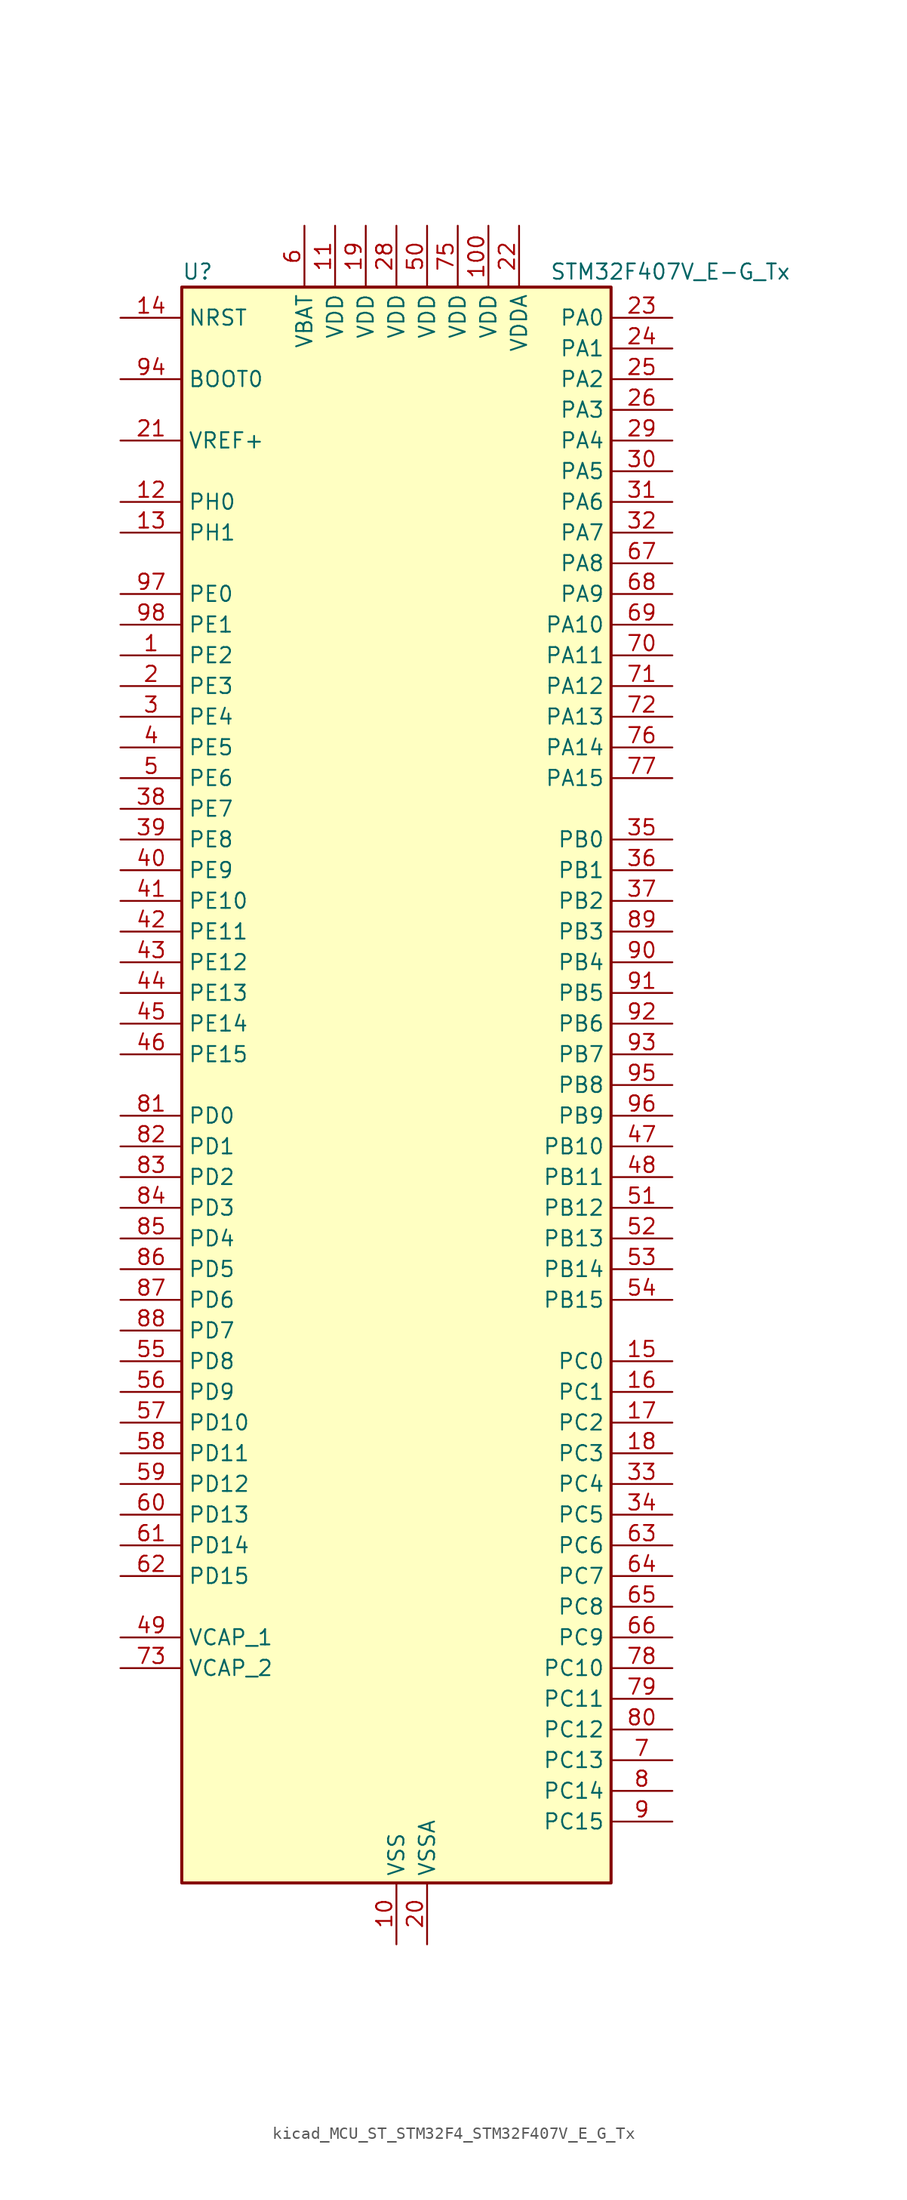
<source format=kicad_sym>
(kicad_symbol_lib
  (version 20220914)
  (generator kicad_symbol_editor)
  (symbol "kicad_MCU_ST_STM32F4_STM32F407V_E_G_Tx"
    (property "Reference" "U"
      (at -17.78 67.31 0)
      (effects (font (size 1.27 1.27)) (justify left)))
    (property "Value" "STM32F407V_E-G_Tx"
      (at 12.7 67.31 0)
      (effects (font (size 1.27 1.27)) (justify left)))
    (property "ki_locked" ""
      (at 0 0 0)
      (effects (font (size 1.27 1.27))))
    (symbol "kicad_MCU_ST_STM32F4_STM32F407V_E_G_Tx_0_1"
      (rectangle (start -17.78 -66.04) (end 17.78 66.04) (stroke (width 0.254) (type default)) (fill (type background))))
    (symbol "kicad_MCU_ST_STM32F4_STM32F407V_E_G_Tx_1_1"
      (pin bidirectional line (at -22.86 35.56 0) (length 5.08) (name "PE2" (effects (font (size 1.27 1.27)))) (number "1" (effects (font (size 1.27 1.27)))) (alternate "ETH_TXD3" bidirectional line) (alternate "FSMC_A23" bidirectional line) (alternate "SYS_TRACECLK" bidirectional line))
      (pin power_in line (at 0 -71.12 90) (length 5.08) (name "VSS" (effects (font (size 1.27 1.27)))) (number "10" (effects (font (size 1.27 1.27)))))
      (pin power_in line (at 7.62 71.12 270) (length 5.08) (name "VDD" (effects (font (size 1.27 1.27)))) (number "100" (effects (font (size 1.27 1.27)))))
      (pin power_in line (at -5.08 71.12 270) (length 5.08) (name "VDD" (effects (font (size 1.27 1.27)))) (number "11" (effects (font (size 1.27 1.27)))))
      (pin bidirectional line (at -22.86 48.26 0) (length 5.08) (name "PH0" (effects (font (size 1.27 1.27)))) (number "12" (effects (font (size 1.27 1.27)))) (alternate "RCC_OSC_IN" bidirectional line))
      (pin bidirectional line (at -22.86 45.72 0) (length 5.08) (name "PH1" (effects (font (size 1.27 1.27)))) (number "13" (effects (font (size 1.27 1.27)))) (alternate "RCC_OSC_OUT" bidirectional line))
      (pin input line (at -22.86 63.5 0) (length 5.08) (name "NRST" (effects (font (size 1.27 1.27)))) (number "14" (effects (font (size 1.27 1.27)))))
      (pin bidirectional line (at 22.86 -22.86 180) (length 5.08) (name "PC0" (effects (font (size 1.27 1.27)))) (number "15" (effects (font (size 1.27 1.27)))) (alternate "ADC1_IN10" bidirectional line) (alternate "ADC2_IN10" bidirectional line) (alternate "ADC3_IN10" bidirectional line) (alternate "USB_OTG_HS_ULPI_STP" bidirectional line))
      (pin bidirectional line (at 22.86 -25.4 180) (length 5.08) (name "PC1" (effects (font (size 1.27 1.27)))) (number "16" (effects (font (size 1.27 1.27)))) (alternate "ADC1_IN11" bidirectional line) (alternate "ADC2_IN11" bidirectional line) (alternate "ADC3_IN11" bidirectional line) (alternate "ETH_MDC" bidirectional line))
      (pin bidirectional line (at 22.86 -27.94 180) (length 5.08) (name "PC2" (effects (font (size 1.27 1.27)))) (number "17" (effects (font (size 1.27 1.27)))) (alternate "ADC1_IN12" bidirectional line) (alternate "ADC2_IN12" bidirectional line) (alternate "ADC3_IN12" bidirectional line) (alternate "ETH_TXD2" bidirectional line) (alternate "I2S2_ext_SD" bidirectional line) (alternate "SPI2_MISO" bidirectional line) (alternate "USB_OTG_HS_ULPI_DIR" bidirectional line))
      (pin bidirectional line (at 22.86 -30.48 180) (length 5.08) (name "PC3" (effects (font (size 1.27 1.27)))) (number "18" (effects (font (size 1.27 1.27)))) (alternate "ADC1_IN13" bidirectional line) (alternate "ADC2_IN13" bidirectional line) (alternate "ADC3_IN13" bidirectional line) (alternate "ETH_TX_CLK" bidirectional line) (alternate "I2S2_SD" bidirectional line) (alternate "SPI2_MOSI" bidirectional line) (alternate "USB_OTG_HS_ULPI_NXT" bidirectional line))
      (pin power_in line (at -2.54 71.12 270) (length 5.08) (name "VDD" (effects (font (size 1.27 1.27)))) (number "19" (effects (font (size 1.27 1.27)))))
      (pin bidirectional line (at -22.86 33.02 0) (length 5.08) (name "PE3" (effects (font (size 1.27 1.27)))) (number "2" (effects (font (size 1.27 1.27)))) (alternate "FSMC_A19" bidirectional line) (alternate "SYS_TRACED0" bidirectional line))
      (pin power_in line (at 2.54 -71.12 90) (length 5.08) (name "VSSA" (effects (font (size 1.27 1.27)))) (number "20" (effects (font (size 1.27 1.27)))))
      (pin input line (at -22.86 53.34 0) (length 5.08) (name "VREF+" (effects (font (size 1.27 1.27)))) (number "21" (effects (font (size 1.27 1.27)))))
      (pin power_in line (at 10.16 71.12 270) (length 5.08) (name "VDDA" (effects (font (size 1.27 1.27)))) (number "22" (effects (font (size 1.27 1.27)))))
      (pin bidirectional line (at 22.86 63.5 180) (length 5.08) (name "PA0" (effects (font (size 1.27 1.27)))) (number "23" (effects (font (size 1.27 1.27)))) (alternate "ADC1_IN0" bidirectional line) (alternate "ADC2_IN0" bidirectional line) (alternate "ADC3_IN0" bidirectional line) (alternate "ETH_CRS" bidirectional line) (alternate "SYS_WKUP" bidirectional line) (alternate "TIM2_CH1" bidirectional line) (alternate "TIM2_ETR" bidirectional line) (alternate "TIM5_CH1" bidirectional line) (alternate "TIM8_ETR" bidirectional line) (alternate "UART4_TX" bidirectional line) (alternate "USART2_CTS" bidirectional line))
      (pin bidirectional line (at 22.86 60.96 180) (length 5.08) (name "PA1" (effects (font (size 1.27 1.27)))) (number "24" (effects (font (size 1.27 1.27)))) (alternate "ADC1_IN1" bidirectional line) (alternate "ADC2_IN1" bidirectional line) (alternate "ADC3_IN1" bidirectional line) (alternate "ETH_REF_CLK" bidirectional line) (alternate "ETH_RX_CLK" bidirectional line) (alternate "TIM2_CH2" bidirectional line) (alternate "TIM5_CH2" bidirectional line) (alternate "UART4_RX" bidirectional line) (alternate "USART2_RTS" bidirectional line))
      (pin bidirectional line (at 22.86 58.42 180) (length 5.08) (name "PA2" (effects (font (size 1.27 1.27)))) (number "25" (effects (font (size 1.27 1.27)))) (alternate "ADC1_IN2" bidirectional line) (alternate "ADC2_IN2" bidirectional line) (alternate "ADC3_IN2" bidirectional line) (alternate "ETH_MDIO" bidirectional line) (alternate "TIM2_CH3" bidirectional line) (alternate "TIM5_CH3" bidirectional line) (alternate "TIM9_CH1" bidirectional line) (alternate "USART2_TX" bidirectional line))
      (pin bidirectional line (at 22.86 55.88 180) (length 5.08) (name "PA3" (effects (font (size 1.27 1.27)))) (number "26" (effects (font (size 1.27 1.27)))) (alternate "ADC1_IN3" bidirectional line) (alternate "ADC2_IN3" bidirectional line) (alternate "ADC3_IN3" bidirectional line) (alternate "ETH_COL" bidirectional line) (alternate "TIM2_CH4" bidirectional line) (alternate "TIM5_CH4" bidirectional line) (alternate "TIM9_CH2" bidirectional line) (alternate "USART2_RX" bidirectional line) (alternate "USB_OTG_HS_ULPI_D0" bidirectional line))
      (pin passive line (at 0 -71.12 90) (length 5.08) hide (name "VSS" (effects (font (size 1.27 1.27)))) (number "27" (effects (font (size 1.27 1.27)))))
      (pin power_in line (at 0 71.12 270) (length 5.08) (name "VDD" (effects (font (size 1.27 1.27)))) (number "28" (effects (font (size 1.27 1.27)))))
      (pin bidirectional line (at 22.86 53.34 180) (length 5.08) (name "PA4" (effects (font (size 1.27 1.27)))) (number "29" (effects (font (size 1.27 1.27)))) (alternate "ADC1_IN4" bidirectional line) (alternate "ADC2_IN4" bidirectional line) (alternate "DAC_OUT1" bidirectional line) (alternate "DCMI_HSYNC" bidirectional line) (alternate "I2S3_WS" bidirectional line) (alternate "SPI1_NSS" bidirectional line) (alternate "SPI3_NSS" bidirectional line) (alternate "USART2_CK" bidirectional line) (alternate "USB_OTG_HS_SOF" bidirectional line))
      (pin bidirectional line (at -22.86 30.48 0) (length 5.08) (name "PE4" (effects (font (size 1.27 1.27)))) (number "3" (effects (font (size 1.27 1.27)))) (alternate "DCMI_D4" bidirectional line) (alternate "FSMC_A20" bidirectional line) (alternate "SYS_TRACED1" bidirectional line))
      (pin bidirectional line (at 22.86 50.8 180) (length 5.08) (name "PA5" (effects (font (size 1.27 1.27)))) (number "30" (effects (font (size 1.27 1.27)))) (alternate "ADC1_IN5" bidirectional line) (alternate "ADC2_IN5" bidirectional line) (alternate "DAC_OUT2" bidirectional line) (alternate "SPI1_SCK" bidirectional line) (alternate "TIM2_CH1" bidirectional line) (alternate "TIM2_ETR" bidirectional line) (alternate "TIM8_CH1N" bidirectional line) (alternate "USB_OTG_HS_ULPI_CK" bidirectional line))
      (pin bidirectional line (at 22.86 48.26 180) (length 5.08) (name "PA6" (effects (font (size 1.27 1.27)))) (number "31" (effects (font (size 1.27 1.27)))) (alternate "ADC1_IN6" bidirectional line) (alternate "ADC2_IN6" bidirectional line) (alternate "DCMI_PIXCLK" bidirectional line) (alternate "SPI1_MISO" bidirectional line) (alternate "TIM13_CH1" bidirectional line) (alternate "TIM1_BKIN" bidirectional line) (alternate "TIM3_CH1" bidirectional line) (alternate "TIM8_BKIN" bidirectional line))
      (pin bidirectional line (at 22.86 45.72 180) (length 5.08) (name "PA7" (effects (font (size 1.27 1.27)))) (number "32" (effects (font (size 1.27 1.27)))) (alternate "ADC1_IN7" bidirectional line) (alternate "ADC2_IN7" bidirectional line) (alternate "ETH_CRS_DV" bidirectional line) (alternate "ETH_RX_DV" bidirectional line) (alternate "SPI1_MOSI" bidirectional line) (alternate "TIM14_CH1" bidirectional line) (alternate "TIM1_CH1N" bidirectional line) (alternate "TIM3_CH2" bidirectional line) (alternate "TIM8_CH1N" bidirectional line))
      (pin bidirectional line (at 22.86 -33.02 180) (length 5.08) (name "PC4" (effects (font (size 1.27 1.27)))) (number "33" (effects (font (size 1.27 1.27)))) (alternate "ADC1_IN14" bidirectional line) (alternate "ADC2_IN14" bidirectional line) (alternate "ETH_RXD0" bidirectional line))
      (pin bidirectional line (at 22.86 -35.56 180) (length 5.08) (name "PC5" (effects (font (size 1.27 1.27)))) (number "34" (effects (font (size 1.27 1.27)))) (alternate "ADC1_IN15" bidirectional line) (alternate "ADC2_IN15" bidirectional line) (alternate "ETH_RXD1" bidirectional line))
      (pin bidirectional line (at 22.86 20.32 180) (length 5.08) (name "PB0" (effects (font (size 1.27 1.27)))) (number "35" (effects (font (size 1.27 1.27)))) (alternate "ADC1_IN8" bidirectional line) (alternate "ADC2_IN8" bidirectional line) (alternate "ETH_RXD2" bidirectional line) (alternate "TIM1_CH2N" bidirectional line) (alternate "TIM3_CH3" bidirectional line) (alternate "TIM8_CH2N" bidirectional line) (alternate "USB_OTG_HS_ULPI_D1" bidirectional line))
      (pin bidirectional line (at 22.86 17.78 180) (length 5.08) (name "PB1" (effects (font (size 1.27 1.27)))) (number "36" (effects (font (size 1.27 1.27)))) (alternate "ADC1_IN9" bidirectional line) (alternate "ADC2_IN9" bidirectional line) (alternate "ETH_RXD3" bidirectional line) (alternate "TIM1_CH3N" bidirectional line) (alternate "TIM3_CH4" bidirectional line) (alternate "TIM8_CH3N" bidirectional line) (alternate "USB_OTG_HS_ULPI_D2" bidirectional line))
      (pin bidirectional line (at 22.86 15.24 180) (length 5.08) (name "PB2" (effects (font (size 1.27 1.27)))) (number "37" (effects (font (size 1.27 1.27)))))
      (pin bidirectional line (at -22.86 22.86 0) (length 5.08) (name "PE7" (effects (font (size 1.27 1.27)))) (number "38" (effects (font (size 1.27 1.27)))) (alternate "FSMC_D4" bidirectional line) (alternate "FSMC_DA4" bidirectional line) (alternate "TIM1_ETR" bidirectional line))
      (pin bidirectional line (at -22.86 20.32 0) (length 5.08) (name "PE8" (effects (font (size 1.27 1.27)))) (number "39" (effects (font (size 1.27 1.27)))) (alternate "FSMC_D5" bidirectional line) (alternate "FSMC_DA5" bidirectional line) (alternate "TIM1_CH1N" bidirectional line))
      (pin bidirectional line (at -22.86 27.94 0) (length 5.08) (name "PE5" (effects (font (size 1.27 1.27)))) (number "4" (effects (font (size 1.27 1.27)))) (alternate "DCMI_D6" bidirectional line) (alternate "FSMC_A21" bidirectional line) (alternate "SYS_TRACED2" bidirectional line) (alternate "TIM9_CH1" bidirectional line))
      (pin bidirectional line (at -22.86 17.78 0) (length 5.08) (name "PE9" (effects (font (size 1.27 1.27)))) (number "40" (effects (font (size 1.27 1.27)))) (alternate "DAC_EXTI9" bidirectional line) (alternate "FSMC_D6" bidirectional line) (alternate "FSMC_DA6" bidirectional line) (alternate "TIM1_CH1" bidirectional line))
      (pin bidirectional line (at -22.86 15.24 0) (length 5.08) (name "PE10" (effects (font (size 1.27 1.27)))) (number "41" (effects (font (size 1.27 1.27)))) (alternate "FSMC_D7" bidirectional line) (alternate "FSMC_DA7" bidirectional line) (alternate "TIM1_CH2N" bidirectional line))
      (pin bidirectional line (at -22.86 12.7 0) (length 5.08) (name "PE11" (effects (font (size 1.27 1.27)))) (number "42" (effects (font (size 1.27 1.27)))) (alternate "ADC1_EXTI11" bidirectional line) (alternate "ADC2_EXTI11" bidirectional line) (alternate "ADC3_EXTI11" bidirectional line) (alternate "FSMC_D8" bidirectional line) (alternate "FSMC_DA8" bidirectional line) (alternate "TIM1_CH2" bidirectional line))
      (pin bidirectional line (at -22.86 10.16 0) (length 5.08) (name "PE12" (effects (font (size 1.27 1.27)))) (number "43" (effects (font (size 1.27 1.27)))) (alternate "FSMC_D9" bidirectional line) (alternate "FSMC_DA9" bidirectional line) (alternate "TIM1_CH3N" bidirectional line))
      (pin bidirectional line (at -22.86 7.62 0) (length 5.08) (name "PE13" (effects (font (size 1.27 1.27)))) (number "44" (effects (font (size 1.27 1.27)))) (alternate "FSMC_D10" bidirectional line) (alternate "FSMC_DA10" bidirectional line) (alternate "TIM1_CH3" bidirectional line))
      (pin bidirectional line (at -22.86 5.08 0) (length 5.08) (name "PE14" (effects (font (size 1.27 1.27)))) (number "45" (effects (font (size 1.27 1.27)))) (alternate "FSMC_D11" bidirectional line) (alternate "FSMC_DA11" bidirectional line) (alternate "TIM1_CH4" bidirectional line))
      (pin bidirectional line (at -22.86 2.54 0) (length 5.08) (name "PE15" (effects (font (size 1.27 1.27)))) (number "46" (effects (font (size 1.27 1.27)))) (alternate "ADC1_EXTI15" bidirectional line) (alternate "ADC2_EXTI15" bidirectional line) (alternate "ADC3_EXTI15" bidirectional line) (alternate "FSMC_D12" bidirectional line) (alternate "FSMC_DA12" bidirectional line) (alternate "TIM1_BKIN" bidirectional line))
      (pin bidirectional line (at 22.86 -5.08 180) (length 5.08) (name "PB10" (effects (font (size 1.27 1.27)))) (number "47" (effects (font (size 1.27 1.27)))) (alternate "ETH_RX_ER" bidirectional line) (alternate "I2C2_SCL" bidirectional line) (alternate "I2S2_CK" bidirectional line) (alternate "SPI2_SCK" bidirectional line) (alternate "TIM2_CH3" bidirectional line) (alternate "USART3_TX" bidirectional line) (alternate "USB_OTG_HS_ULPI_D3" bidirectional line))
      (pin bidirectional line (at 22.86 -7.62 180) (length 5.08) (name "PB11" (effects (font (size 1.27 1.27)))) (number "48" (effects (font (size 1.27 1.27)))) (alternate "ADC1_EXTI11" bidirectional line) (alternate "ADC2_EXTI11" bidirectional line) (alternate "ADC3_EXTI11" bidirectional line) (alternate "ETH_TX_EN" bidirectional line) (alternate "I2C2_SDA" bidirectional line) (alternate "TIM2_CH4" bidirectional line) (alternate "USART3_RX" bidirectional line) (alternate "USB_OTG_HS_ULPI_D4" bidirectional line))
      (pin power_out line (at -22.86 -45.72 0) (length 5.08) (name "VCAP_1" (effects (font (size 1.27 1.27)))) (number "49" (effects (font (size 1.27 1.27)))))
      (pin bidirectional line (at -22.86 25.4 0) (length 5.08) (name "PE6" (effects (font (size 1.27 1.27)))) (number "5" (effects (font (size 1.27 1.27)))) (alternate "DCMI_D7" bidirectional line) (alternate "FSMC_A22" bidirectional line) (alternate "SYS_TRACED3" bidirectional line) (alternate "TIM9_CH2" bidirectional line))
      (pin power_in line (at 2.54 71.12 270) (length 5.08) (name "VDD" (effects (font (size 1.27 1.27)))) (number "50" (effects (font (size 1.27 1.27)))))
      (pin bidirectional line (at 22.86 -10.16 180) (length 5.08) (name "PB12" (effects (font (size 1.27 1.27)))) (number "51" (effects (font (size 1.27 1.27)))) (alternate "CAN2_RX" bidirectional line) (alternate "ETH_TXD0" bidirectional line) (alternate "I2C2_SMBA" bidirectional line) (alternate "I2S2_WS" bidirectional line) (alternate "SPI2_NSS" bidirectional line) (alternate "TIM1_BKIN" bidirectional line) (alternate "USART3_CK" bidirectional line) (alternate "USB_OTG_HS_ID" bidirectional line) (alternate "USB_OTG_HS_ULPI_D5" bidirectional line))
      (pin bidirectional line (at 22.86 -12.7 180) (length 5.08) (name "PB13" (effects (font (size 1.27 1.27)))) (number "52" (effects (font (size 1.27 1.27)))) (alternate "CAN2_TX" bidirectional line) (alternate "ETH_TXD1" bidirectional line) (alternate "I2S2_CK" bidirectional line) (alternate "SPI2_SCK" bidirectional line) (alternate "TIM1_CH1N" bidirectional line) (alternate "USART3_CTS" bidirectional line) (alternate "USB_OTG_HS_ULPI_D6" bidirectional line) (alternate "USB_OTG_HS_VBUS" bidirectional line))
      (pin bidirectional line (at 22.86 -15.24 180) (length 5.08) (name "PB14" (effects (font (size 1.27 1.27)))) (number "53" (effects (font (size 1.27 1.27)))) (alternate "I2S2_ext_SD" bidirectional line) (alternate "SPI2_MISO" bidirectional line) (alternate "TIM12_CH1" bidirectional line) (alternate "TIM1_CH2N" bidirectional line) (alternate "TIM8_CH2N" bidirectional line) (alternate "USART3_RTS" bidirectional line) (alternate "USB_OTG_HS_DM" bidirectional line))
      (pin bidirectional line (at 22.86 -17.78 180) (length 5.08) (name "PB15" (effects (font (size 1.27 1.27)))) (number "54" (effects (font (size 1.27 1.27)))) (alternate "ADC1_EXTI15" bidirectional line) (alternate "ADC2_EXTI15" bidirectional line) (alternate "ADC3_EXTI15" bidirectional line) (alternate "I2S2_SD" bidirectional line) (alternate "RTC_REFIN" bidirectional line) (alternate "SPI2_MOSI" bidirectional line) (alternate "TIM12_CH2" bidirectional line) (alternate "TIM1_CH3N" bidirectional line) (alternate "TIM8_CH3N" bidirectional line) (alternate "USB_OTG_HS_DP" bidirectional line))
      (pin bidirectional line (at -22.86 -22.86 0) (length 5.08) (name "PD8" (effects (font (size 1.27 1.27)))) (number "55" (effects (font (size 1.27 1.27)))) (alternate "FSMC_D13" bidirectional line) (alternate "FSMC_DA13" bidirectional line) (alternate "USART3_TX" bidirectional line))
      (pin bidirectional line (at -22.86 -25.4 0) (length 5.08) (name "PD9" (effects (font (size 1.27 1.27)))) (number "56" (effects (font (size 1.27 1.27)))) (alternate "DAC_EXTI9" bidirectional line) (alternate "FSMC_D14" bidirectional line) (alternate "FSMC_DA14" bidirectional line) (alternate "USART3_RX" bidirectional line))
      (pin bidirectional line (at -22.86 -27.94 0) (length 5.08) (name "PD10" (effects (font (size 1.27 1.27)))) (number "57" (effects (font (size 1.27 1.27)))) (alternate "FSMC_D15" bidirectional line) (alternate "FSMC_DA15" bidirectional line) (alternate "USART3_CK" bidirectional line))
      (pin bidirectional line (at -22.86 -30.48 0) (length 5.08) (name "PD11" (effects (font (size 1.27 1.27)))) (number "58" (effects (font (size 1.27 1.27)))) (alternate "ADC1_EXTI11" bidirectional line) (alternate "ADC2_EXTI11" bidirectional line) (alternate "ADC3_EXTI11" bidirectional line) (alternate "FSMC_A16" bidirectional line) (alternate "FSMC_CLE" bidirectional line) (alternate "USART3_CTS" bidirectional line))
      (pin bidirectional line (at -22.86 -33.02 0) (length 5.08) (name "PD12" (effects (font (size 1.27 1.27)))) (number "59" (effects (font (size 1.27 1.27)))) (alternate "FSMC_A17" bidirectional line) (alternate "FSMC_ALE" bidirectional line) (alternate "TIM4_CH1" bidirectional line) (alternate "USART3_RTS" bidirectional line))
      (pin power_in line (at -7.62 71.12 270) (length 5.08) (name "VBAT" (effects (font (size 1.27 1.27)))) (number "6" (effects (font (size 1.27 1.27)))))
      (pin bidirectional line (at -22.86 -35.56 0) (length 5.08) (name "PD13" (effects (font (size 1.27 1.27)))) (number "60" (effects (font (size 1.27 1.27)))) (alternate "FSMC_A18" bidirectional line) (alternate "TIM4_CH2" bidirectional line))
      (pin bidirectional line (at -22.86 -38.1 0) (length 5.08) (name "PD14" (effects (font (size 1.27 1.27)))) (number "61" (effects (font (size 1.27 1.27)))) (alternate "FSMC_D0" bidirectional line) (alternate "FSMC_DA0" bidirectional line) (alternate "TIM4_CH3" bidirectional line))
      (pin bidirectional line (at -22.86 -40.64 0) (length 5.08) (name "PD15" (effects (font (size 1.27 1.27)))) (number "62" (effects (font (size 1.27 1.27)))) (alternate "ADC1_EXTI15" bidirectional line) (alternate "ADC2_EXTI15" bidirectional line) (alternate "ADC3_EXTI15" bidirectional line) (alternate "FSMC_D1" bidirectional line) (alternate "FSMC_DA1" bidirectional line) (alternate "TIM4_CH4" bidirectional line))
      (pin bidirectional line (at 22.86 -38.1 180) (length 5.08) (name "PC6" (effects (font (size 1.27 1.27)))) (number "63" (effects (font (size 1.27 1.27)))) (alternate "DCMI_D0" bidirectional line) (alternate "I2S2_MCK" bidirectional line) (alternate "SDIO_D6" bidirectional line) (alternate "TIM3_CH1" bidirectional line) (alternate "TIM8_CH1" bidirectional line) (alternate "USART6_TX" bidirectional line))
      (pin bidirectional line (at 22.86 -40.64 180) (length 5.08) (name "PC7" (effects (font (size 1.27 1.27)))) (number "64" (effects (font (size 1.27 1.27)))) (alternate "DCMI_D1" bidirectional line) (alternate "I2S3_MCK" bidirectional line) (alternate "SDIO_D7" bidirectional line) (alternate "TIM3_CH2" bidirectional line) (alternate "TIM8_CH2" bidirectional line) (alternate "USART6_RX" bidirectional line))
      (pin bidirectional line (at 22.86 -43.18 180) (length 5.08) (name "PC8" (effects (font (size 1.27 1.27)))) (number "65" (effects (font (size 1.27 1.27)))) (alternate "DCMI_D2" bidirectional line) (alternate "SDIO_D0" bidirectional line) (alternate "TIM3_CH3" bidirectional line) (alternate "TIM8_CH3" bidirectional line) (alternate "USART6_CK" bidirectional line))
      (pin bidirectional line (at 22.86 -45.72 180) (length 5.08) (name "PC9" (effects (font (size 1.27 1.27)))) (number "66" (effects (font (size 1.27 1.27)))) (alternate "DAC_EXTI9" bidirectional line) (alternate "DCMI_D3" bidirectional line) (alternate "I2C3_SDA" bidirectional line) (alternate "I2S_CKIN" bidirectional line) (alternate "RCC_MCO_2" bidirectional line) (alternate "SDIO_D1" bidirectional line) (alternate "TIM3_CH4" bidirectional line) (alternate "TIM8_CH4" bidirectional line))
      (pin bidirectional line (at 22.86 43.18 180) (length 5.08) (name "PA8" (effects (font (size 1.27 1.27)))) (number "67" (effects (font (size 1.27 1.27)))) (alternate "I2C3_SCL" bidirectional line) (alternate "RCC_MCO_1" bidirectional line) (alternate "TIM1_CH1" bidirectional line) (alternate "USART1_CK" bidirectional line) (alternate "USB_OTG_FS_SOF" bidirectional line))
      (pin bidirectional line (at 22.86 40.64 180) (length 5.08) (name "PA9" (effects (font (size 1.27 1.27)))) (number "68" (effects (font (size 1.27 1.27)))) (alternate "DAC_EXTI9" bidirectional line) (alternate "DCMI_D0" bidirectional line) (alternate "I2C3_SMBA" bidirectional line) (alternate "TIM1_CH2" bidirectional line) (alternate "USART1_TX" bidirectional line) (alternate "USB_OTG_FS_VBUS" bidirectional line))
      (pin bidirectional line (at 22.86 38.1 180) (length 5.08) (name "PA10" (effects (font (size 1.27 1.27)))) (number "69" (effects (font (size 1.27 1.27)))) (alternate "DCMI_D1" bidirectional line) (alternate "TIM1_CH3" bidirectional line) (alternate "USART1_RX" bidirectional line) (alternate "USB_OTG_FS_ID" bidirectional line))
      (pin bidirectional line (at 22.86 -55.88 180) (length 5.08) (name "PC13" (effects (font (size 1.27 1.27)))) (number "7" (effects (font (size 1.27 1.27)))) (alternate "RTC_AF1" bidirectional line))
      (pin bidirectional line (at 22.86 35.56 180) (length 5.08) (name "PA11" (effects (font (size 1.27 1.27)))) (number "70" (effects (font (size 1.27 1.27)))) (alternate "ADC1_EXTI11" bidirectional line) (alternate "ADC2_EXTI11" bidirectional line) (alternate "ADC3_EXTI11" bidirectional line) (alternate "CAN1_RX" bidirectional line) (alternate "TIM1_CH4" bidirectional line) (alternate "USART1_CTS" bidirectional line) (alternate "USB_OTG_FS_DM" bidirectional line))
      (pin bidirectional line (at 22.86 33.02 180) (length 5.08) (name "PA12" (effects (font (size 1.27 1.27)))) (number "71" (effects (font (size 1.27 1.27)))) (alternate "CAN1_TX" bidirectional line) (alternate "TIM1_ETR" bidirectional line) (alternate "USART1_RTS" bidirectional line) (alternate "USB_OTG_FS_DP" bidirectional line))
      (pin bidirectional line (at 22.86 30.48 180) (length 5.08) (name "PA13" (effects (font (size 1.27 1.27)))) (number "72" (effects (font (size 1.27 1.27)))) (alternate "SYS_JTMS-SWDIO" bidirectional line))
      (pin power_out line (at -22.86 -48.26 0) (length 5.08) (name "VCAP_2" (effects (font (size 1.27 1.27)))) (number "73" (effects (font (size 1.27 1.27)))))
      (pin passive line (at 0 -71.12 90) (length 5.08) hide (name "VSS" (effects (font (size 1.27 1.27)))) (number "74" (effects (font (size 1.27 1.27)))))
      (pin power_in line (at 5.08 71.12 270) (length 5.08) (name "VDD" (effects (font (size 1.27 1.27)))) (number "75" (effects (font (size 1.27 1.27)))))
      (pin bidirectional line (at 22.86 27.94 180) (length 5.08) (name "PA14" (effects (font (size 1.27 1.27)))) (number "76" (effects (font (size 1.27 1.27)))) (alternate "SYS_JTCK-SWCLK" bidirectional line))
      (pin bidirectional line (at 22.86 25.4 180) (length 5.08) (name "PA15" (effects (font (size 1.27 1.27)))) (number "77" (effects (font (size 1.27 1.27)))) (alternate "ADC1_EXTI15" bidirectional line) (alternate "ADC2_EXTI15" bidirectional line) (alternate "ADC3_EXTI15" bidirectional line) (alternate "I2S3_WS" bidirectional line) (alternate "SPI1_NSS" bidirectional line) (alternate "SPI3_NSS" bidirectional line) (alternate "SYS_JTDI" bidirectional line) (alternate "TIM2_CH1" bidirectional line) (alternate "TIM2_ETR" bidirectional line))
      (pin bidirectional line (at 22.86 -48.26 180) (length 5.08) (name "PC10" (effects (font (size 1.27 1.27)))) (number "78" (effects (font (size 1.27 1.27)))) (alternate "DCMI_D8" bidirectional line) (alternate "I2S3_CK" bidirectional line) (alternate "SDIO_D2" bidirectional line) (alternate "SPI3_SCK" bidirectional line) (alternate "UART4_TX" bidirectional line) (alternate "USART3_TX" bidirectional line))
      (pin bidirectional line (at 22.86 -50.8 180) (length 5.08) (name "PC11" (effects (font (size 1.27 1.27)))) (number "79" (effects (font (size 1.27 1.27)))) (alternate "ADC1_EXTI11" bidirectional line) (alternate "ADC2_EXTI11" bidirectional line) (alternate "ADC3_EXTI11" bidirectional line) (alternate "DCMI_D4" bidirectional line) (alternate "I2S3_ext_SD" bidirectional line) (alternate "SDIO_D3" bidirectional line) (alternate "SPI3_MISO" bidirectional line) (alternate "UART4_RX" bidirectional line) (alternate "USART3_RX" bidirectional line))
      (pin bidirectional line (at 22.86 -58.42 180) (length 5.08) (name "PC14" (effects (font (size 1.27 1.27)))) (number "8" (effects (font (size 1.27 1.27)))) (alternate "RCC_OSC32_IN" bidirectional line))
      (pin bidirectional line (at 22.86 -53.34 180) (length 5.08) (name "PC12" (effects (font (size 1.27 1.27)))) (number "80" (effects (font (size 1.27 1.27)))) (alternate "DCMI_D9" bidirectional line) (alternate "I2S3_SD" bidirectional line) (alternate "SDIO_CK" bidirectional line) (alternate "SPI3_MOSI" bidirectional line) (alternate "UART5_TX" bidirectional line) (alternate "USART3_CK" bidirectional line))
      (pin bidirectional line (at -22.86 -2.54 0) (length 5.08) (name "PD0" (effects (font (size 1.27 1.27)))) (number "81" (effects (font (size 1.27 1.27)))) (alternate "CAN1_RX" bidirectional line) (alternate "FSMC_D2" bidirectional line) (alternate "FSMC_DA2" bidirectional line))
      (pin bidirectional line (at -22.86 -5.08 0) (length 5.08) (name "PD1" (effects (font (size 1.27 1.27)))) (number "82" (effects (font (size 1.27 1.27)))) (alternate "CAN1_TX" bidirectional line) (alternate "FSMC_D3" bidirectional line) (alternate "FSMC_DA3" bidirectional line))
      (pin bidirectional line (at -22.86 -7.62 0) (length 5.08) (name "PD2" (effects (font (size 1.27 1.27)))) (number "83" (effects (font (size 1.27 1.27)))) (alternate "DCMI_D11" bidirectional line) (alternate "SDIO_CMD" bidirectional line) (alternate "TIM3_ETR" bidirectional line) (alternate "UART5_RX" bidirectional line))
      (pin bidirectional line (at -22.86 -10.16 0) (length 5.08) (name "PD3" (effects (font (size 1.27 1.27)))) (number "84" (effects (font (size 1.27 1.27)))) (alternate "FSMC_CLK" bidirectional line) (alternate "USART2_CTS" bidirectional line))
      (pin bidirectional line (at -22.86 -12.7 0) (length 5.08) (name "PD4" (effects (font (size 1.27 1.27)))) (number "85" (effects (font (size 1.27 1.27)))) (alternate "FSMC_NOE" bidirectional line) (alternate "USART2_RTS" bidirectional line))
      (pin bidirectional line (at -22.86 -15.24 0) (length 5.08) (name "PD5" (effects (font (size 1.27 1.27)))) (number "86" (effects (font (size 1.27 1.27)))) (alternate "FSMC_NWE" bidirectional line) (alternate "USART2_TX" bidirectional line))
      (pin bidirectional line (at -22.86 -17.78 0) (length 5.08) (name "PD6" (effects (font (size 1.27 1.27)))) (number "87" (effects (font (size 1.27 1.27)))) (alternate "FSMC_NWAIT" bidirectional line) (alternate "USART2_RX" bidirectional line))
      (pin bidirectional line (at -22.86 -20.32 0) (length 5.08) (name "PD7" (effects (font (size 1.27 1.27)))) (number "88" (effects (font (size 1.27 1.27)))) (alternate "FSMC_NCE2" bidirectional line) (alternate "FSMC_NE1" bidirectional line) (alternate "USART2_CK" bidirectional line))
      (pin bidirectional line (at 22.86 12.7 180) (length 5.08) (name "PB3" (effects (font (size 1.27 1.27)))) (number "89" (effects (font (size 1.27 1.27)))) (alternate "I2S3_CK" bidirectional line) (alternate "SPI1_SCK" bidirectional line) (alternate "SPI3_SCK" bidirectional line) (alternate "SYS_JTDO-SWO" bidirectional line) (alternate "TIM2_CH2" bidirectional line))
      (pin bidirectional line (at 22.86 -60.96 180) (length 5.08) (name "PC15" (effects (font (size 1.27 1.27)))) (number "9" (effects (font (size 1.27 1.27)))) (alternate "ADC1_EXTI15" bidirectional line) (alternate "ADC2_EXTI15" bidirectional line) (alternate "ADC3_EXTI15" bidirectional line) (alternate "RCC_OSC32_OUT" bidirectional line))
      (pin bidirectional line (at 22.86 10.16 180) (length 5.08) (name "PB4" (effects (font (size 1.27 1.27)))) (number "90" (effects (font (size 1.27 1.27)))) (alternate "I2S3_ext_SD" bidirectional line) (alternate "SPI1_MISO" bidirectional line) (alternate "SPI3_MISO" bidirectional line) (alternate "SYS_JTRST" bidirectional line) (alternate "TIM3_CH1" bidirectional line))
      (pin bidirectional line (at 22.86 7.62 180) (length 5.08) (name "PB5" (effects (font (size 1.27 1.27)))) (number "91" (effects (font (size 1.27 1.27)))) (alternate "CAN2_RX" bidirectional line) (alternate "DCMI_D10" bidirectional line) (alternate "ETH_PPS_OUT" bidirectional line) (alternate "I2C1_SMBA" bidirectional line) (alternate "I2S3_SD" bidirectional line) (alternate "SPI1_MOSI" bidirectional line) (alternate "SPI3_MOSI" bidirectional line) (alternate "TIM3_CH2" bidirectional line) (alternate "USB_OTG_HS_ULPI_D7" bidirectional line))
      (pin bidirectional line (at 22.86 5.08 180) (length 5.08) (name "PB6" (effects (font (size 1.27 1.27)))) (number "92" (effects (font (size 1.27 1.27)))) (alternate "CAN2_TX" bidirectional line) (alternate "DCMI_D5" bidirectional line) (alternate "I2C1_SCL" bidirectional line) (alternate "TIM4_CH1" bidirectional line) (alternate "USART1_TX" bidirectional line))
      (pin bidirectional line (at 22.86 2.54 180) (length 5.08) (name "PB7" (effects (font (size 1.27 1.27)))) (number "93" (effects (font (size 1.27 1.27)))) (alternate "DCMI_VSYNC" bidirectional line) (alternate "FSMC_NL" bidirectional line) (alternate "I2C1_SDA" bidirectional line) (alternate "TIM4_CH2" bidirectional line) (alternate "USART1_RX" bidirectional line))
      (pin input line (at -22.86 58.42 0) (length 5.08) (name "BOOT0" (effects (font (size 1.27 1.27)))) (number "94" (effects (font (size 1.27 1.27)))))
      (pin bidirectional line (at 22.86 0 180) (length 5.08) (name "PB8" (effects (font (size 1.27 1.27)))) (number "95" (effects (font (size 1.27 1.27)))) (alternate "CAN1_RX" bidirectional line) (alternate "DCMI_D6" bidirectional line) (alternate "ETH_TXD3" bidirectional line) (alternate "I2C1_SCL" bidirectional line) (alternate "SDIO_D4" bidirectional line) (alternate "TIM10_CH1" bidirectional line) (alternate "TIM4_CH3" bidirectional line))
      (pin bidirectional line (at 22.86 -2.54 180) (length 5.08) (name "PB9" (effects (font (size 1.27 1.27)))) (number "96" (effects (font (size 1.27 1.27)))) (alternate "CAN1_TX" bidirectional line) (alternate "DAC_EXTI9" bidirectional line) (alternate "DCMI_D7" bidirectional line) (alternate "I2C1_SDA" bidirectional line) (alternate "I2S2_WS" bidirectional line) (alternate "SDIO_D5" bidirectional line) (alternate "SPI2_NSS" bidirectional line) (alternate "TIM11_CH1" bidirectional line) (alternate "TIM4_CH4" bidirectional line))
      (pin bidirectional line (at -22.86 40.64 0) (length 5.08) (name "PE0" (effects (font (size 1.27 1.27)))) (number "97" (effects (font (size 1.27 1.27)))) (alternate "DCMI_D2" bidirectional line) (alternate "FSMC_NBL0" bidirectional line) (alternate "TIM4_ETR" bidirectional line))
      (pin bidirectional line (at -22.86 38.1 0) (length 5.08) (name "PE1" (effects (font (size 1.27 1.27)))) (number "98" (effects (font (size 1.27 1.27)))) (alternate "DCMI_D3" bidirectional line) (alternate "FSMC_NBL1" bidirectional line))
      (pin passive line (at 0 -71.12 90) (length 5.08) hide (name "VSS" (effects (font (size 1.27 1.27)))) (number "99" (effects (font (size 1.27 1.27))))))))
</source>
